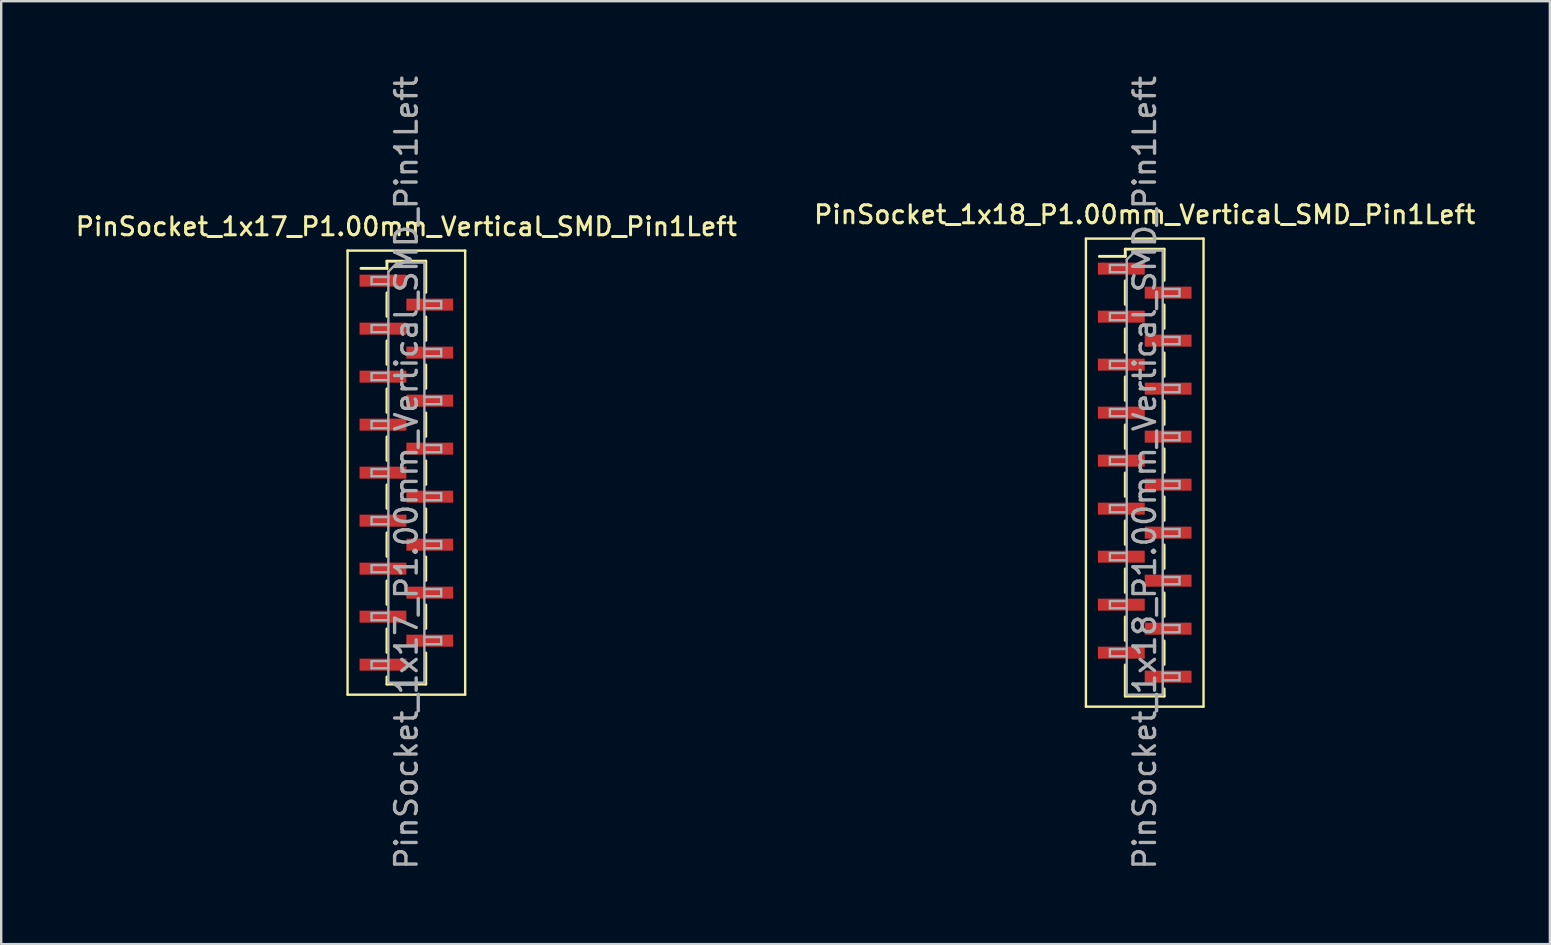
<source format=kicad_pcb>
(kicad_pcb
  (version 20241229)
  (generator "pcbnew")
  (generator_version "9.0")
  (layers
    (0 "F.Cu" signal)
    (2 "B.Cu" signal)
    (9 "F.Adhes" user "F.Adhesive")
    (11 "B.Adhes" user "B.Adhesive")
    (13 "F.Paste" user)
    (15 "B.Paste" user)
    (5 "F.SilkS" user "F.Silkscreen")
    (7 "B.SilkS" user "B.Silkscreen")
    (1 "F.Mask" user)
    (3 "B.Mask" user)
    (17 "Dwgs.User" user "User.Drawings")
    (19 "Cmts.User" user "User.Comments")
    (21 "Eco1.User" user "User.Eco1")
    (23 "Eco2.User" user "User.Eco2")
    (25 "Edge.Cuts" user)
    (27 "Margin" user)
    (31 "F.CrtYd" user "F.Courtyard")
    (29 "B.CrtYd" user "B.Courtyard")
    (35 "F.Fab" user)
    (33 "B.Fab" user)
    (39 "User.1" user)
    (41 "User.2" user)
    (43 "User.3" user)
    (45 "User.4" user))
  (footprint "PinSocket_1x18_P1.00mm_Vertical_SMD_Pin1Left"
    (layer "F.Cu")
    (at 44.641 16.641)
    (property "Reference" "PinSocket_1x18_P1.00mm_Vertical_SMD_Pin1Left" (at 0 -10.75 0) (layer "F.SilkS") (effects (font (size 0.75 0.75) (thickness 0.125))))
    (attr smd)
    (fp_line (start -2.45 -9.75) (end 2.45 -9.75) (stroke (width 0.1) (type solid)) (layer "F.SilkS"))
    (fp_line (start -2.45 9.75) (end -2.45 -9.75) (stroke (width 0.1) (type solid)) (layer "F.SilkS"))
    (fp_line (start -1.89 -9.01) (end -0.81 -9.01) (stroke (width 0.12) (type solid)) (layer "F.SilkS"))
    (fp_line (start -0.81 -9.31) (end -0.81 -9.01) (stroke (width 0.12) (type solid)) (layer "F.SilkS"))
    (fp_line (start -0.81 -9.31) (end 0.81 -9.31) (stroke (width 0.12) (type solid)) (layer "F.SilkS"))
    (fp_line (start -0.81 -7.99) (end -0.81 -7.01) (stroke (width 0.12) (type solid)) (layer "F.SilkS"))
    (fp_line (start -0.81 -5.99) (end -0.81 -5.01) (stroke (width 0.12) (type solid)) (layer "F.SilkS"))
    (fp_line (start -0.81 -3.99) (end -0.81 -3.01) (stroke (width 0.12) (type solid)) (layer "F.SilkS"))
    (fp_line (start -0.81 -1.99) (end -0.81 -1.01) (stroke (width 0.12) (type solid)) (layer "F.SilkS"))
    (fp_line (start -0.81 0.01) (end -0.81 0.99) (stroke (width 0.12) (type solid)) (layer "F.SilkS"))
    (fp_line (start -0.81 2.01) (end -0.81 2.99) (stroke (width 0.12) (type solid)) (layer "F.SilkS"))
    (fp_line (start -0.81 4.01) (end -0.81 4.99) (stroke (width 0.12) (type solid)) (layer "F.SilkS"))
    (fp_line (start -0.81 6.01) (end -0.81 6.99) (stroke (width 0.12) (type solid)) (layer "F.SilkS"))
    (fp_line (start -0.81 8.01) (end -0.81 9.31) (stroke (width 0.12) (type solid)) (layer "F.SilkS"))
    (fp_line (start -0.81 9.31) (end 0.81 9.31) (stroke (width 0.12) (type solid)) (layer "F.SilkS"))
    (fp_line (start 0.81 -9.31) (end 0.81 -8.01) (stroke (width 0.12) (type solid)) (layer "F.SilkS"))
    (fp_line (start 0.81 -6.99) (end 0.81 -6.01) (stroke (width 0.12) (type solid)) (layer "F.SilkS"))
    (fp_line (start 0.81 -4.99) (end 0.81 -4.01) (stroke (width 0.12) (type solid)) (layer "F.SilkS"))
    (fp_line (start 0.81 -2.99) (end 0.81 -2.01) (stroke (width 0.12) (type solid)) (layer "F.SilkS"))
    (fp_line (start 0.81 -0.99) (end 0.81 -0.01) (stroke (width 0.12) (type solid)) (layer "F.SilkS"))
    (fp_line (start 0.81 1.01) (end 0.81 1.99) (stroke (width 0.12) (type solid)) (layer "F.SilkS"))
    (fp_line (start 0.81 3.01) (end 0.81 3.99) (stroke (width 0.12) (type solid)) (layer "F.SilkS"))
    (fp_line (start 0.81 5.01) (end 0.81 5.99) (stroke (width 0.12) (type solid)) (layer "F.SilkS"))
    (fp_line (start 0.81 7.01) (end 0.81 7.99) (stroke (width 0.12) (type solid)) (layer "F.SilkS"))
    (fp_line (start 0.81 9.01) (end 0.81 9.31) (stroke (width 0.12) (type solid)) (layer "F.SilkS"))
    (fp_line (start 2.45 -9.75) (end 2.45 9.75) (stroke (width 0.1) (type solid)) (layer "F.SilkS"))
    (fp_line (start 2.45 9.75) (end -2.45 9.75) (stroke (width 0.1) (type solid)) (layer "F.SilkS"))
    (fp_line (start -1.45 -8.65) (end -0.75 -8.65) (stroke (width 0.1) (type solid)) (layer "F.Fab"))
    (fp_line (start -1.45 -8.35) (end -1.45 -8.65) (stroke (width 0.1) (type solid)) (layer "F.Fab"))
    (fp_line (start -1.45 -6.65) (end -0.75 -6.65) (stroke (width 0.1) (type solid)) (layer "F.Fab"))
    (fp_line (start -1.45 -6.35) (end -1.45 -6.65) (stroke (width 0.1) (type solid)) (layer "F.Fab"))
    (fp_line (start -1.45 -4.65) (end -0.75 -4.65) (stroke (width 0.1) (type solid)) (layer "F.Fab"))
    (fp_line (start -1.45 -4.35) (end -1.45 -4.65) (stroke (width 0.1) (type solid)) (layer "F.Fab"))
    (fp_line (start -1.45 -2.65) (end -0.75 -2.65) (stroke (width 0.1) (type solid)) (layer "F.Fab"))
    (fp_line (start -1.45 -2.35) (end -1.45 -2.65) (stroke (width 0.1) (type solid)) (layer "F.Fab"))
    (fp_line (start -1.45 -0.65) (end -0.75 -0.65) (stroke (width 0.1) (type solid)) (layer "F.Fab"))
    (fp_line (start -1.45 -0.35) (end -1.45 -0.65) (stroke (width 0.1) (type solid)) (layer "F.Fab"))
    (fp_line (start -1.45 1.35) (end -0.75 1.35) (stroke (width 0.1) (type solid)) (layer "F.Fab"))
    (fp_line (start -1.45 1.65) (end -1.45 1.35) (stroke (width 0.1) (type solid)) (layer "F.Fab"))
    (fp_line (start -1.45 3.35) (end -0.75 3.35) (stroke (width 0.1) (type solid)) (layer "F.Fab"))
    (fp_line (start -1.45 3.65) (end -1.45 3.35) (stroke (width 0.1) (type solid)) (layer "F.Fab"))
    (fp_line (start -1.45 5.35) (end -0.75 5.35) (stroke (width 0.1) (type solid)) (layer "F.Fab"))
    (fp_line (start -1.45 5.65) (end -1.45 5.35) (stroke (width 0.1) (type solid)) (layer "F.Fab"))
    (fp_line (start -1.45 7.35) (end -0.75 7.35) (stroke (width 0.1) (type solid)) (layer "F.Fab"))
    (fp_line (start -1.45 7.65) (end -1.45 7.35) (stroke (width 0.1) (type solid)) (layer "F.Fab"))
    (fp_line (start -0.75 -8.875) (end -0.375 -9.25) (stroke (width 0.1) (type solid)) (layer "F.Fab"))
    (fp_line (start -0.75 -8.35) (end -1.45 -8.35) (stroke (width 0.1) (type solid)) (layer "F.Fab"))
    (fp_line (start -0.75 -6.35) (end -1.45 -6.35) (stroke (width 0.1) (type solid)) (layer "F.Fab"))
    (fp_line (start -0.75 -4.35) (end -1.45 -4.35) (stroke (width 0.1) (type solid)) (layer "F.Fab"))
    (fp_line (start -0.75 -2.35) (end -1.45 -2.35) (stroke (width 0.1) (type solid)) (layer "F.Fab"))
    (fp_line (start -0.75 -0.35) (end -1.45 -0.35) (stroke (width 0.1) (type solid)) (layer "F.Fab"))
    (fp_line (start -0.75 1.65) (end -1.45 1.65) (stroke (width 0.1) (type solid)) (layer "F.Fab"))
    (fp_line (start -0.75 3.65) (end -1.45 3.65) (stroke (width 0.1) (type solid)) (layer "F.Fab"))
    (fp_line (start -0.75 5.65) (end -1.45 5.65) (stroke (width 0.1) (type solid)) (layer "F.Fab"))
    (fp_line (start -0.75 7.65) (end -1.45 7.65) (stroke (width 0.1) (type solid)) (layer "F.Fab"))
    (fp_line (start -0.75 9.25) (end -0.75 -8.875) (stroke (width 0.1) (type solid)) (layer "F.Fab"))
    (fp_line (start -0.375 -9.25) (end 0.75 -9.25) (stroke (width 0.1) (type solid)) (layer "F.Fab"))
    (fp_line (start 0.75 -9.25) (end 0.75 9.25) (stroke (width 0.1) (type solid)) (layer "F.Fab"))
    (fp_line (start 0.75 -7.65) (end 1.45 -7.65) (stroke (width 0.1) (type solid)) (layer "F.Fab"))
    (fp_line (start 0.75 -5.65) (end 1.45 -5.65) (stroke (width 0.1) (type solid)) (layer "F.Fab"))
    (fp_line (start 0.75 -3.65) (end 1.45 -3.65) (stroke (width 0.1) (type solid)) (layer "F.Fab"))
    (fp_line (start 0.75 -1.65) (end 1.45 -1.65) (stroke (width 0.1) (type solid)) (layer "F.Fab"))
    (fp_line (start 0.75 0.35) (end 1.45 0.35) (stroke (width 0.1) (type solid)) (layer "F.Fab"))
    (fp_line (start 0.75 2.35) (end 1.45 2.35) (stroke (width 0.1) (type solid)) (layer "F.Fab"))
    (fp_line (start 0.75 4.35) (end 1.45 4.35) (stroke (width 0.1) (type solid)) (layer "F.Fab"))
    (fp_line (start 0.75 6.35) (end 1.45 6.35) (stroke (width 0.1) (type solid)) (layer "F.Fab"))
    (fp_line (start 0.75 8.35) (end 1.45 8.35) (stroke (width 0.1) (type solid)) (layer "F.Fab"))
    (fp_line (start 0.75 9.25) (end -0.75 9.25) (stroke (width 0.1) (type solid)) (layer "F.Fab"))
    (fp_line (start 1.45 -7.65) (end 1.45 -7.35) (stroke (width 0.1) (type solid)) (layer "F.Fab"))
    (fp_line (start 1.45 -7.35) (end 0.75 -7.35) (stroke (width 0.1) (type solid)) (layer "F.Fab"))
    (fp_line (start 1.45 -5.65) (end 1.45 -5.35) (stroke (width 0.1) (type solid)) (layer "F.Fab"))
    (fp_line (start 1.45 -5.35) (end 0.75 -5.35) (stroke (width 0.1) (type solid)) (layer "F.Fab"))
    (fp_line (start 1.45 -3.65) (end 1.45 -3.35) (stroke (width 0.1) (type solid)) (layer "F.Fab"))
    (fp_line (start 1.45 -3.35) (end 0.75 -3.35) (stroke (width 0.1) (type solid)) (layer "F.Fab"))
    (fp_line (start 1.45 -1.65) (end 1.45 -1.35) (stroke (width 0.1) (type solid)) (layer "F.Fab"))
    (fp_line (start 1.45 -1.35) (end 0.75 -1.35) (stroke (width 0.1) (type solid)) (layer "F.Fab"))
    (fp_line (start 1.45 0.35) (end 1.45 0.65) (stroke (width 0.1) (type solid)) (layer "F.Fab"))
    (fp_line (start 1.45 0.65) (end 0.75 0.65) (stroke (width 0.1) (type solid)) (layer "F.Fab"))
    (fp_line (start 1.45 2.35) (end 1.45 2.65) (stroke (width 0.1) (type solid)) (layer "F.Fab"))
    (fp_line (start 1.45 2.65) (end 0.75 2.65) (stroke (width 0.1) (type solid)) (layer "F.Fab"))
    (fp_line (start 1.45 4.35) (end 1.45 4.65) (stroke (width 0.1) (type solid)) (layer "F.Fab"))
    (fp_line (start 1.45 4.65) (end 0.75 4.65) (stroke (width 0.1) (type solid)) (layer "F.Fab"))
    (fp_line (start 1.45 6.35) (end 1.45 6.65) (stroke (width 0.1) (type solid)) (layer "F.Fab"))
    (fp_line (start 1.45 6.65) (end 0.75 6.65) (stroke (width 0.1) (type solid)) (layer "F.Fab"))
    (fp_line (start 1.45 8.35) (end 1.45 8.65) (stroke (width 0.1) (type solid)) (layer "F.Fab"))
    (fp_line (start 1.45 8.65) (end 0.75 8.65) (stroke (width 0.1) (type solid)) (layer "F.Fab"))
    (fp_text user "${REFERENCE}" (at 0 0 90) (layer "F.Fab") (effects (font (size 0.9 0.9) (thickness 0.14))))
    (pad "1" smd rect (at -0.975 -8.5) (size 1.95 0.5) (layers "F.Cu" "F.Mask" "F.Paste"))
    (pad "2" smd rect (at 0.975 -7.5) (size 1.95 0.5) (layers "F.Cu" "F.Mask" "F.Paste"))
    (pad "3" smd rect (at -0.975 -6.5) (size 1.95 0.5) (layers "F.Cu" "F.Mask" "F.Paste"))
    (pad "4" smd rect (at 0.975 -5.5) (size 1.95 0.5) (layers "F.Cu" "F.Mask" "F.Paste"))
    (pad "5" smd rect (at -0.975 -4.5) (size 1.95 0.5) (layers "F.Cu" "F.Mask" "F.Paste"))
    (pad "6" smd rect (at 0.975 -3.5) (size 1.95 0.5) (layers "F.Cu" "F.Mask" "F.Paste"))
    (pad "7" smd rect (at -0.975 -2.5) (size 1.95 0.5) (layers "F.Cu" "F.Mask" "F.Paste"))
    (pad "8" smd rect (at 0.975 -1.5) (size 1.95 0.5) (layers "F.Cu" "F.Mask" "F.Paste"))
    (pad "9" smd rect (at -0.975 -0.5) (size 1.95 0.5) (layers "F.Cu" "F.Mask" "F.Paste"))
    (pad "10" smd rect (at 0.975 0.5) (size 1.95 0.5) (layers "F.Cu" "F.Mask" "F.Paste"))
    (pad "11" smd rect (at -0.975 1.5) (size 1.95 0.5) (layers "F.Cu" "F.Mask" "F.Paste"))
    (pad "12" smd rect (at 0.975 2.5) (size 1.95 0.5) (layers "F.Cu" "F.Mask" "F.Paste"))
    (pad "13" smd rect (at -0.975 3.5) (size 1.95 0.5) (layers "F.Cu" "F.Mask" "F.Paste"))
    (pad "14" smd rect (at 0.975 4.5) (size 1.95 0.5) (layers "F.Cu" "F.Mask" "F.Paste"))
    (pad "15" smd rect (at -0.975 5.5) (size 1.95 0.5) (layers "F.Cu" "F.Mask" "F.Paste"))
    (pad "16" smd rect (at 0.975 6.5) (size 1.95 0.5) (layers "F.Cu" "F.Mask" "F.Paste"))
    (pad "17" smd rect (at -0.975 7.5) (size 1.95 0.5) (layers "F.Cu" "F.Mask" "F.Paste"))
    (pad "18" smd rect (at 0.975 8.5) (size 1.95 0.5) (layers "F.Cu" "F.Mask" "F.Paste")))
  (footprint "PinSocket_1x17_P1.00mm_Vertical_SMD_Pin1Left"
    (layer "F.Cu")
    (at 13.88 16.641)
    (property "Reference" "PinSocket_1x17_P1.00mm_Vertical_SMD_Pin1Left" (at 0 -10.25 0) (layer "F.SilkS") (effects (font (size 0.75 0.75) (thickness 0.125))))
    (attr smd)
    (fp_line (start -2.45 -9.25) (end 2.45 -9.25) (stroke (width 0.1) (type solid)) (layer "F.SilkS"))
    (fp_line (start -2.45 9.25) (end -2.45 -9.25) (stroke (width 0.1) (type solid)) (layer "F.SilkS"))
    (fp_line (start -1.89 -8.51) (end -0.81 -8.51) (stroke (width 0.12) (type solid)) (layer "F.SilkS"))
    (fp_line (start -0.81 -8.81) (end -0.81 -8.51) (stroke (width 0.12) (type solid)) (layer "F.SilkS"))
    (fp_line (start -0.81 -8.81) (end 0.81 -8.81) (stroke (width 0.12) (type solid)) (layer "F.SilkS"))
    (fp_line (start -0.81 -7.49) (end -0.81 -6.51) (stroke (width 0.12) (type solid)) (layer "F.SilkS"))
    (fp_line (start -0.81 -5.49) (end -0.81 -4.51) (stroke (width 0.12) (type solid)) (layer "F.SilkS"))
    (fp_line (start -0.81 -3.49) (end -0.81 -2.51) (stroke (width 0.12) (type solid)) (layer "F.SilkS"))
    (fp_line (start -0.81 -1.49) (end -0.81 -0.51) (stroke (width 0.12) (type solid)) (layer "F.SilkS"))
    (fp_line (start -0.81 0.51) (end -0.81 1.49) (stroke (width 0.12) (type solid)) (layer "F.SilkS"))
    (fp_line (start -0.81 2.51) (end -0.81 3.49) (stroke (width 0.12) (type solid)) (layer "F.SilkS"))
    (fp_line (start -0.81 4.51) (end -0.81 5.49) (stroke (width 0.12) (type solid)) (layer "F.SilkS"))
    (fp_line (start -0.81 6.51) (end -0.81 7.49) (stroke (width 0.12) (type solid)) (layer "F.SilkS"))
    (fp_line (start -0.81 8.51) (end -0.81 8.81) (stroke (width 0.12) (type solid)) (layer "F.SilkS"))
    (fp_line (start -0.81 8.81) (end 0.81 8.81) (stroke (width 0.12) (type solid)) (layer "F.SilkS"))
    (fp_line (start 0.81 -8.81) (end 0.81 -7.51) (stroke (width 0.12) (type solid)) (layer "F.SilkS"))
    (fp_line (start 0.81 -6.49) (end 0.81 -5.51) (stroke (width 0.12) (type solid)) (layer "F.SilkS"))
    (fp_line (start 0.81 -4.49) (end 0.81 -3.51) (stroke (width 0.12) (type solid)) (layer "F.SilkS"))
    (fp_line (start 0.81 -2.49) (end 0.81 -1.51) (stroke (width 0.12) (type solid)) (layer "F.SilkS"))
    (fp_line (start 0.81 -0.49) (end 0.81 0.49) (stroke (width 0.12) (type solid)) (layer "F.SilkS"))
    (fp_line (start 0.81 1.51) (end 0.81 2.49) (stroke (width 0.12) (type solid)) (layer "F.SilkS"))
    (fp_line (start 0.81 3.51) (end 0.81 4.49) (stroke (width 0.12) (type solid)) (layer "F.SilkS"))
    (fp_line (start 0.81 5.51) (end 0.81 6.49) (stroke (width 0.12) (type solid)) (layer "F.SilkS"))
    (fp_line (start 0.81 7.51) (end 0.81 8.81) (stroke (width 0.12) (type solid)) (layer "F.SilkS"))
    (fp_line (start 2.45 -9.25) (end 2.45 9.25) (stroke (width 0.1) (type solid)) (layer "F.SilkS"))
    (fp_line (start 2.45 9.25) (end -2.45 9.25) (stroke (width 0.1) (type solid)) (layer "F.SilkS"))
    (fp_line (start -1.45 -8.15) (end -0.75 -8.15) (stroke (width 0.1) (type solid)) (layer "F.Fab"))
    (fp_line (start -1.45 -7.85) (end -1.45 -8.15) (stroke (width 0.1) (type solid)) (layer "F.Fab"))
    (fp_line (start -1.45 -6.15) (end -0.75 -6.15) (stroke (width 0.1) (type solid)) (layer "F.Fab"))
    (fp_line (start -1.45 -5.85) (end -1.45 -6.15) (stroke (width 0.1) (type solid)) (layer "F.Fab"))
    (fp_line (start -1.45 -4.15) (end -0.75 -4.15) (stroke (width 0.1) (type solid)) (layer "F.Fab"))
    (fp_line (start -1.45 -3.85) (end -1.45 -4.15) (stroke (width 0.1) (type solid)) (layer "F.Fab"))
    (fp_line (start -1.45 -2.15) (end -0.75 -2.15) (stroke (width 0.1) (type solid)) (layer "F.Fab"))
    (fp_line (start -1.45 -1.85) (end -1.45 -2.15) (stroke (width 0.1) (type solid)) (layer "F.Fab"))
    (fp_line (start -1.45 -0.15) (end -0.75 -0.15) (stroke (width 0.1) (type solid)) (layer "F.Fab"))
    (fp_line (start -1.45 0.15) (end -1.45 -0.15) (stroke (width 0.1) (type solid)) (layer "F.Fab"))
    (fp_line (start -1.45 1.85) (end -0.75 1.85) (stroke (width 0.1) (type solid)) (layer "F.Fab"))
    (fp_line (start -1.45 2.15) (end -1.45 1.85) (stroke (width 0.1) (type solid)) (layer "F.Fab"))
    (fp_line (start -1.45 3.85) (end -0.75 3.85) (stroke (width 0.1) (type solid)) (layer "F.Fab"))
    (fp_line (start -1.45 4.15) (end -1.45 3.85) (stroke (width 0.1) (type solid)) (layer "F.Fab"))
    (fp_line (start -1.45 5.85) (end -0.75 5.85) (stroke (width 0.1) (type solid)) (layer "F.Fab"))
    (fp_line (start -1.45 6.15) (end -1.45 5.85) (stroke (width 0.1) (type solid)) (layer "F.Fab"))
    (fp_line (start -1.45 7.85) (end -0.75 7.85) (stroke (width 0.1) (type solid)) (layer "F.Fab"))
    (fp_line (start -1.45 8.15) (end -1.45 7.85) (stroke (width 0.1) (type solid)) (layer "F.Fab"))
    (fp_line (start -0.75 -8.375) (end -0.375 -8.75) (stroke (width 0.1) (type solid)) (layer "F.Fab"))
    (fp_line (start -0.75 -7.85) (end -1.45 -7.85) (stroke (width 0.1) (type solid)) (layer "F.Fab"))
    (fp_line (start -0.75 -5.85) (end -1.45 -5.85) (stroke (width 0.1) (type solid)) (layer "F.Fab"))
    (fp_line (start -0.75 -3.85) (end -1.45 -3.85) (stroke (width 0.1) (type solid)) (layer "F.Fab"))
    (fp_line (start -0.75 -1.85) (end -1.45 -1.85) (stroke (width 0.1) (type solid)) (layer "F.Fab"))
    (fp_line (start -0.75 0.15) (end -1.45 0.15) (stroke (width 0.1) (type solid)) (layer "F.Fab"))
    (fp_line (start -0.75 2.15) (end -1.45 2.15) (stroke (width 0.1) (type solid)) (layer "F.Fab"))
    (fp_line (start -0.75 4.15) (end -1.45 4.15) (stroke (width 0.1) (type solid)) (layer "F.Fab"))
    (fp_line (start -0.75 6.15) (end -1.45 6.15) (stroke (width 0.1) (type solid)) (layer "F.Fab"))
    (fp_line (start -0.75 8.15) (end -1.45 8.15) (stroke (width 0.1) (type solid)) (layer "F.Fab"))
    (fp_line (start -0.75 8.75) (end -0.75 -8.375) (stroke (width 0.1) (type solid)) (layer "F.Fab"))
    (fp_line (start -0.375 -8.75) (end 0.75 -8.75) (stroke (width 0.1) (type solid)) (layer "F.Fab"))
    (fp_line (start 0.75 -8.75) (end 0.75 8.75) (stroke (width 0.1) (type solid)) (layer "F.Fab"))
    (fp_line (start 0.75 -7.15) (end 1.45 -7.15) (stroke (width 0.1) (type solid)) (layer "F.Fab"))
    (fp_line (start 0.75 -5.15) (end 1.45 -5.15) (stroke (width 0.1) (type solid)) (layer "F.Fab"))
    (fp_line (start 0.75 -3.15) (end 1.45 -3.15) (stroke (width 0.1) (type solid)) (layer "F.Fab"))
    (fp_line (start 0.75 -1.15) (end 1.45 -1.15) (stroke (width 0.1) (type solid)) (layer "F.Fab"))
    (fp_line (start 0.75 0.85) (end 1.45 0.85) (stroke (width 0.1) (type solid)) (layer "F.Fab"))
    (fp_line (start 0.75 2.85) (end 1.45 2.85) (stroke (width 0.1) (type solid)) (layer "F.Fab"))
    (fp_line (start 0.75 4.85) (end 1.45 4.85) (stroke (width 0.1) (type solid)) (layer "F.Fab"))
    (fp_line (start 0.75 6.85) (end 1.45 6.85) (stroke (width 0.1) (type solid)) (layer "F.Fab"))
    (fp_line (start 0.75 8.75) (end -0.75 8.75) (stroke (width 0.1) (type solid)) (layer "F.Fab"))
    (fp_line (start 1.45 -7.15) (end 1.45 -6.85) (stroke (width 0.1) (type solid)) (layer "F.Fab"))
    (fp_line (start 1.45 -6.85) (end 0.75 -6.85) (stroke (width 0.1) (type solid)) (layer "F.Fab"))
    (fp_line (start 1.45 -5.15) (end 1.45 -4.85) (stroke (width 0.1) (type solid)) (layer "F.Fab"))
    (fp_line (start 1.45 -4.85) (end 0.75 -4.85) (stroke (width 0.1) (type solid)) (layer "F.Fab"))
    (fp_line (start 1.45 -3.15) (end 1.45 -2.85) (stroke (width 0.1) (type solid)) (layer "F.Fab"))
    (fp_line (start 1.45 -2.85) (end 0.75 -2.85) (stroke (width 0.1) (type solid)) (layer "F.Fab"))
    (fp_line (start 1.45 -1.15) (end 1.45 -0.85) (stroke (width 0.1) (type solid)) (layer "F.Fab"))
    (fp_line (start 1.45 -0.85) (end 0.75 -0.85) (stroke (width 0.1) (type solid)) (layer "F.Fab"))
    (fp_line (start 1.45 0.85) (end 1.45 1.15) (stroke (width 0.1) (type solid)) (layer "F.Fab"))
    (fp_line (start 1.45 1.15) (end 0.75 1.15) (stroke (width 0.1) (type solid)) (layer "F.Fab"))
    (fp_line (start 1.45 2.85) (end 1.45 3.15) (stroke (width 0.1) (type solid)) (layer "F.Fab"))
    (fp_line (start 1.45 3.15) (end 0.75 3.15) (stroke (width 0.1) (type solid)) (layer "F.Fab"))
    (fp_line (start 1.45 4.85) (end 1.45 5.15) (stroke (width 0.1) (type solid)) (layer "F.Fab"))
    (fp_line (start 1.45 5.15) (end 0.75 5.15) (stroke (width 0.1) (type solid)) (layer "F.Fab"))
    (fp_line (start 1.45 6.85) (end 1.45 7.15) (stroke (width 0.1) (type solid)) (layer "F.Fab"))
    (fp_line (start 1.45 7.15) (end 0.75 7.15) (stroke (width 0.1) (type solid)) (layer "F.Fab"))
    (fp_text user "${REFERENCE}" (at 0 0 90) (layer "F.Fab") (effects (font (size 0.9 0.9) (thickness 0.14))))
    (pad "1" smd rect (at -0.975 -8) (size 1.95 0.5) (layers "F.Cu" "F.Mask" "F.Paste"))
    (pad "2" smd rect (at 0.975 -7) (size 1.95 0.5) (layers "F.Cu" "F.Mask" "F.Paste"))
    (pad "3" smd rect (at -0.975 -6) (size 1.95 0.5) (layers "F.Cu" "F.Mask" "F.Paste"))
    (pad "4" smd rect (at 0.975 -5) (size 1.95 0.5) (layers "F.Cu" "F.Mask" "F.Paste"))
    (pad "5" smd rect (at -0.975 -4) (size 1.95 0.5) (layers "F.Cu" "F.Mask" "F.Paste"))
    (pad "6" smd rect (at 0.975 -3) (size 1.95 0.5) (layers "F.Cu" "F.Mask" "F.Paste"))
    (pad "7" smd rect (at -0.975 -2) (size 1.95 0.5) (layers "F.Cu" "F.Mask" "F.Paste"))
    (pad "8" smd rect (at 0.975 -1) (size 1.95 0.5) (layers "F.Cu" "F.Mask" "F.Paste"))
    (pad "9" smd rect (at -0.975 0) (size 1.95 0.5) (layers "F.Cu" "F.Mask" "F.Paste"))
    (pad "10" smd rect (at 0.975 1) (size 1.95 0.5) (layers "F.Cu" "F.Mask" "F.Paste"))
    (pad "11" smd rect (at -0.975 2) (size 1.95 0.5) (layers "F.Cu" "F.Mask" "F.Paste"))
    (pad "12" smd rect (at 0.975 3) (size 1.95 0.5) (layers "F.Cu" "F.Mask" "F.Paste"))
    (pad "13" smd rect (at -0.975 4) (size 1.95 0.5) (layers "F.Cu" "F.Mask" "F.Paste"))
    (pad "14" smd rect (at 0.975 5) (size 1.95 0.5) (layers "F.Cu" "F.Mask" "F.Paste"))
    (pad "15" smd rect (at -0.975 6) (size 1.95 0.5) (layers "F.Cu" "F.Mask" "F.Paste"))
    (pad "16" smd rect (at 0.975 7) (size 1.95 0.5) (layers "F.Cu" "F.Mask" "F.Paste"))
    (pad "17" smd rect (at -0.975 8) (size 1.95 0.5) (layers "F.Cu" "F.Mask" "F.Paste")))
  (gr_rect
    (start -3 -3)
    (end 61.521 36.283)
    (stroke (width 0.1) (type default))
    (fill no)
    (layer "Edge.Cuts")))
</source>
